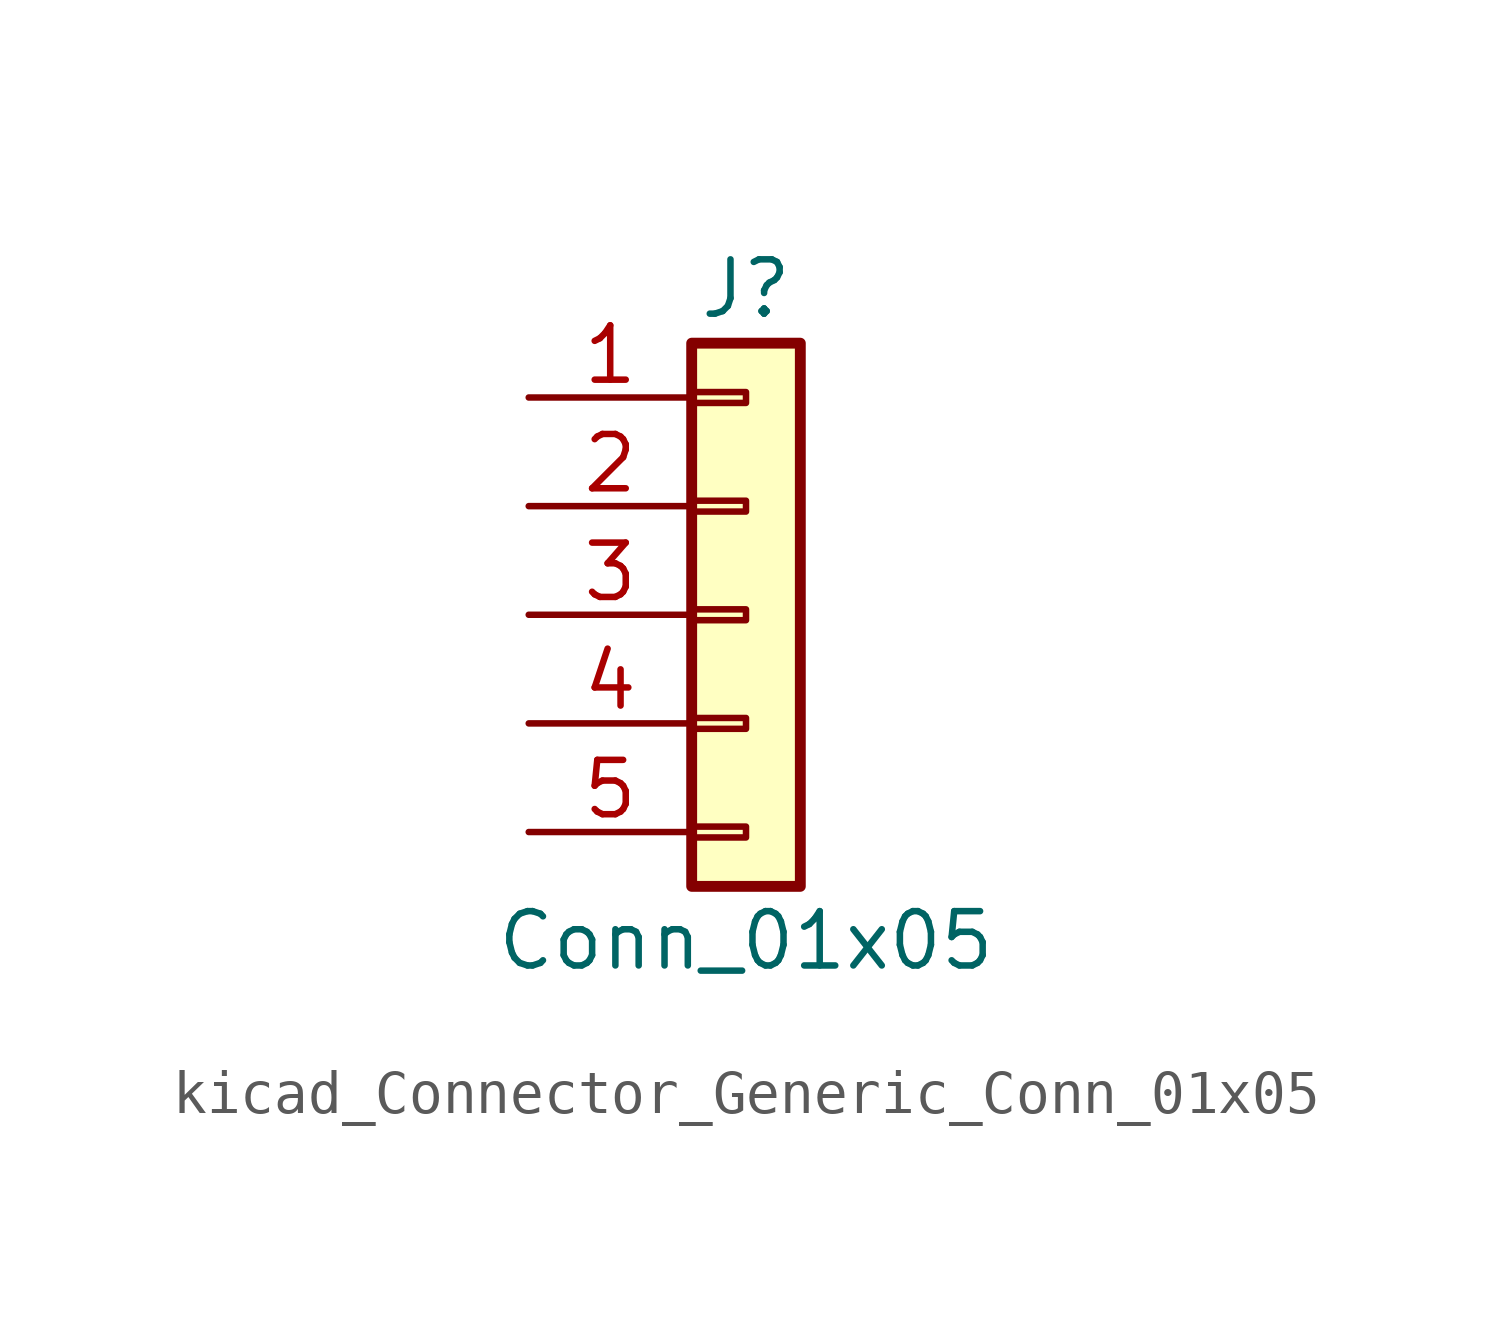
<source format=kicad_sym>
(kicad_symbol_lib
  (version 20220914)
  (generator kicad_symbol_editor)
  (symbol "kicad_Connector_Generic_Conn_01x05"
    (pin_names
      (offset 1.016) hide)
    (property "Reference" "J"
      (at 0 7.62 0)
      (effects (font (size 1.27 1.27))))
    (property "Value" "Conn_01x05"
      (at 0 -7.62 0)
      (effects (font (size 1.27 1.27))))
    (symbol "kicad_Connector_Generic_Conn_01x05_1_1"
      (rectangle (start -1.27 -4.953) (end 0 -5.207) (stroke (width 0.152) (type default)) (fill (type none)))
      (rectangle (start -1.27 -2.413) (end 0 -2.667) (stroke (width 0.152) (type default)) (fill (type none)))
      (rectangle (start -1.27 0.127) (end 0 -0.127) (stroke (width 0.152) (type default)) (fill (type none)))
      (rectangle (start -1.27 2.667) (end 0 2.413) (stroke (width 0.152) (type default)) (fill (type none)))
      (rectangle (start -1.27 5.207) (end 0 4.953) (stroke (width 0.152) (type default)) (fill (type none)))
      (rectangle (start -1.27 6.35) (end 1.27 -6.35) (stroke (width 0.254) (type default)) (fill (type background)))
      (pin passive line (at -5.08 5.08 0) (length 3.81) (name "Pin_1" (effects (font (size 1.27 1.27)))) (number "1" (effects (font (size 1.27 1.27)))))
      (pin passive line (at -5.08 2.54 0) (length 3.81) (name "Pin_2" (effects (font (size 1.27 1.27)))) (number "2" (effects (font (size 1.27 1.27)))))
      (pin passive line (at -5.08 0 0) (length 3.81) (name "Pin_3" (effects (font (size 1.27 1.27)))) (number "3" (effects (font (size 1.27 1.27)))))
      (pin passive line (at -5.08 -2.54 0) (length 3.81) (name "Pin_4" (effects (font (size 1.27 1.27)))) (number "4" (effects (font (size 1.27 1.27)))))
      (pin passive line (at -5.08 -5.08 0) (length 3.81) (name "Pin_5" (effects (font (size 1.27 1.27)))) (number "5" (effects (font (size 1.27 1.27))))))))
</source>
